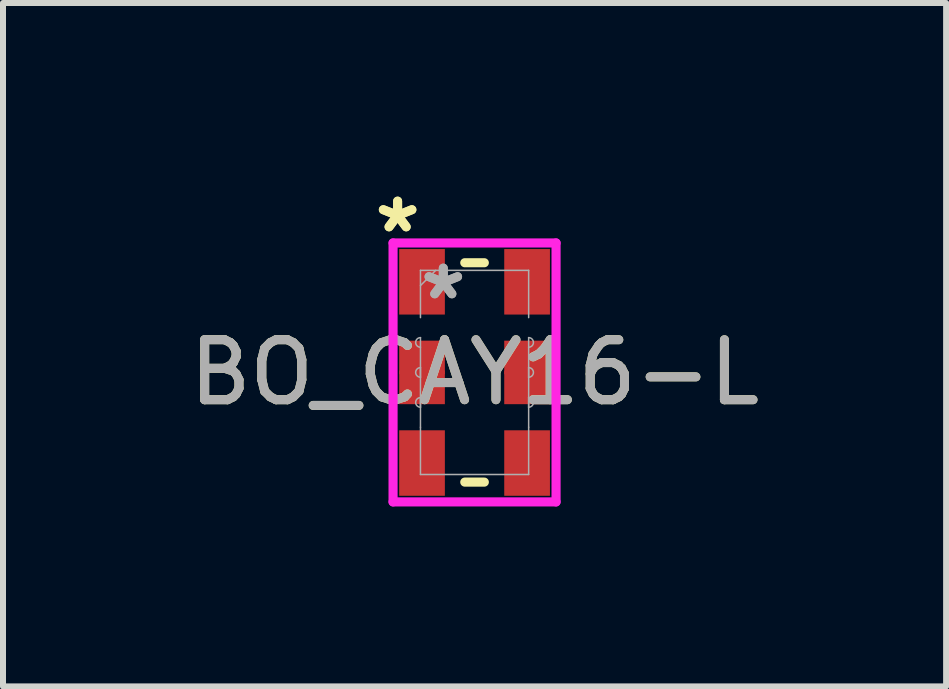
<source format=kicad_pcb>
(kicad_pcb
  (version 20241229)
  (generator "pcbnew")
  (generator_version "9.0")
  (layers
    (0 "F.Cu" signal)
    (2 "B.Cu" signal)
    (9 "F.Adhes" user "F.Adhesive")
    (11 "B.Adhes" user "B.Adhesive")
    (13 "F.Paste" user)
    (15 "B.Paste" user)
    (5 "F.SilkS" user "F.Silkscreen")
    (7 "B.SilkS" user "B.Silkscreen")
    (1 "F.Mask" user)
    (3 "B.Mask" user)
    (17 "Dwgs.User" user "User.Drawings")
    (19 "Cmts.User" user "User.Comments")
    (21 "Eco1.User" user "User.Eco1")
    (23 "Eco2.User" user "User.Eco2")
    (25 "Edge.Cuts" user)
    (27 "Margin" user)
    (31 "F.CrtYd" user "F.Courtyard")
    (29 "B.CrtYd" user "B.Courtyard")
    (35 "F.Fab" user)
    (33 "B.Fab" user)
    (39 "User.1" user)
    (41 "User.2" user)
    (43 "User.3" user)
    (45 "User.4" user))
  (footprint "BO_CAY16-L"
    (layer "F.Cu")
    (at 4.863 3.16)
    (property "Reference" "BO_CAY16-L" (at 0 0 0) (unlocked yes) (layer "F.SilkS") (effects (font (size 1 1) (thickness 0.15))))
    (attr smd)
    (fp_line (start -0.163 -1.829) (end 0.163 -1.829) (stroke (width 0.152) (type solid)) (layer "F.SilkS"))
    (fp_line (start -0.163 1.829) (end 0.163 1.829) (stroke (width 0.152) (type solid)) (layer "F.SilkS"))
    (fp_line (start -1.359 -2.159) (end 1.359 -2.159) (stroke (width 0.152) (type solid)) (layer "F.CrtYd"))
    (fp_line (start -1.359 2.159) (end -1.359 -2.159) (stroke (width 0.152) (type solid)) (layer "F.CrtYd"))
    (fp_line (start 1.359 -2.159) (end 1.359 2.159) (stroke (width 0.152) (type solid)) (layer "F.CrtYd"))
    (fp_line (start 1.359 2.159) (end -1.359 2.159) (stroke (width 0.152) (type solid)) (layer "F.CrtYd"))
    (fp_line (start -0.902 -1.702) (end 0.902 -1.702) (stroke (width 0.025) (type solid)) (layer "F.Fab"))
    (fp_line (start -0.902 -0.914) (end -0.902 -1.702) (stroke (width 0.025) (type solid)) (layer "F.Fab"))
    (fp_line (start -0.902 -0.58) (end -0.902 0.08) (stroke (width 0.025) (type solid)) (layer "F.Fab"))
    (fp_line (start -0.902 -0.08) (end -0.902 0.58) (stroke (width 0.025) (type solid)) (layer "F.Fab"))
    (fp_line (start -0.902 0.42) (end -0.902 0.914) (stroke (width 0.025) (type solid)) (layer "F.Fab"))
    (fp_line (start -0.902 0.914) (end -0.902 1.702) (stroke (width 0.025) (type solid)) (layer "F.Fab"))
    (fp_line (start -0.902 1.702) (end 0.902 1.702) (stroke (width 0.025) (type solid)) (layer "F.Fab"))
    (fp_line (start -0.648 -1.702) (end -0.902 -1.448) (stroke (width 0.025) (type solid)) (layer "F.Fab"))
    (fp_line (start 0.902 -0.914) (end 0.902 -1.702) (stroke (width 0.025) (type solid)) (layer "F.Fab"))
    (fp_line (start 0.902 -0.58) (end 0.902 0.08) (stroke (width 0.025) (type solid)) (layer "F.Fab"))
    (fp_line (start 0.902 -0.08) (end 0.902 0.58) (stroke (width 0.025) (type solid)) (layer "F.Fab"))
    (fp_line (start 0.902 0.42) (end 0.902 0.914) (stroke (width 0.025) (type solid)) (layer "F.Fab"))
    (fp_line (start 0.902 0.914) (end 0.902 1.702) (stroke (width 0.025) (type solid)) (layer "F.Fab"))
    (fp_arc (start -0.9017 -0.419989) (mid -0.981837 -0.500126) (end -0.9017 -0.580263) (stroke (width 0.0254) (type solid)) (layer "F.Fab"))
    (fp_arc (start -0.9017 0.080137) (mid -0.981837 0) (end -0.9017 -0.080137) (stroke (width 0.0254) (type solid)) (layer "F.Fab"))
    (fp_arc (start -0.9017 0.580263) (mid -0.981837 0.500126) (end -0.9017 0.419989) (stroke (width 0.0254) (type solid)) (layer "F.Fab"))
    (fp_arc (start 0.9017 -0.580263) (mid 0.981837 -0.500126) (end 0.9017 -0.419989) (stroke (width 0.0254) (type solid)) (layer "F.Fab"))
    (fp_arc (start 0.9017 -0.080137) (mid 0.981837 0) (end 0.9017 0.080137) (stroke (width 0.0254) (type solid)) (layer "F.Fab"))
    (fp_arc (start 0.9017 0.419989) (mid 0.981837 0.500126) (end 0.9017 0.580263) (stroke (width 0.0254) (type solid)) (layer "F.Fab"))
    (fp_text user "*" (at -1.283 -2.311 0) (unlocked yes) (layer "F.SilkS") (effects (font (size 1 1) (thickness 0.15))))
    (fp_text user "*" (at -1.283 -2.311 0) (layer "F.SilkS") (effects (font (size 1 1) (thickness 0.15))))
    (fp_text user "*" (at -0.521 -1.194 0) (layer "F.Fab") (effects (font (size 1 1) (thickness 0.15))))
    (fp_text user "*" (at -0.521 -1.194 0) (unlocked yes) (layer "F.Fab") (effects (font (size 1 1) (thickness 0.15))))
    (fp_text user "${REFERENCE}" (at 0 0 0) (unlocked yes) (layer "F.Fab") (effects (font (size 1 1) (thickness 0.15))))
    (pad "1" smd rect (at -0.876 -1.511) (size 0.762 1.092) (layers "F.Cu" "F.Mask" "F.Paste"))
    (pad "2" smd rect (at -0.876 -0.25) (size 0.762 0.559) (layers "F.Cu" "F.Mask" "F.Paste"))
    (pad "3" smd rect (at -0.876 0.25) (size 0.762 0.559) (layers "F.Cu" "F.Mask" "F.Paste"))
    (pad "4" smd rect (at -0.876 1.511) (size 0.762 1.092) (layers "F.Cu" "F.Mask" "F.Paste"))
    (pad "5" smd rect (at 0.876 1.511) (size 0.762 1.092) (layers "F.Cu" "F.Mask" "F.Paste"))
    (pad "6" smd rect (at 0.876 0.25) (size 0.762 0.559) (layers "F.Cu" "F.Mask" "F.Paste"))
    (pad "7" smd rect (at 0.876 -0.25) (size 0.762 0.559) (layers "F.Cu" "F.Mask" "F.Paste"))
    (pad "8" smd rect (at 0.876 -1.511) (size 0.762 1.092) (layers "F.Cu" "F.Mask" "F.Paste")))
  (gr_rect
    (start -3 -3)
    (end 12.726 8.395)
    (stroke (width 0.1) (type default))
    (fill no)
    (layer "Edge.Cuts")))
</source>
